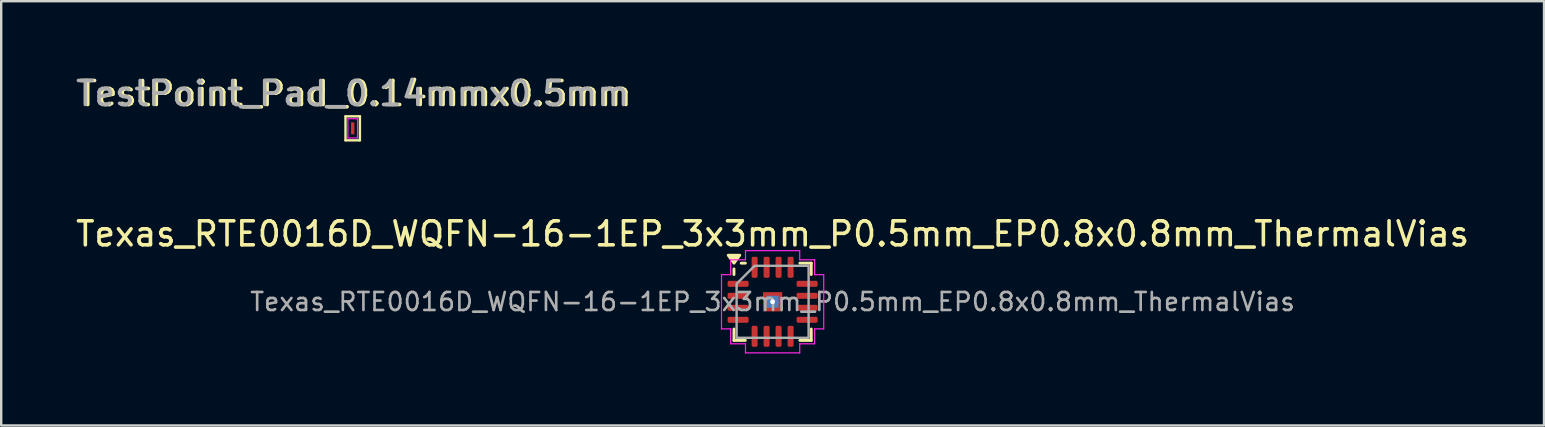
<source format=kicad_pcb>
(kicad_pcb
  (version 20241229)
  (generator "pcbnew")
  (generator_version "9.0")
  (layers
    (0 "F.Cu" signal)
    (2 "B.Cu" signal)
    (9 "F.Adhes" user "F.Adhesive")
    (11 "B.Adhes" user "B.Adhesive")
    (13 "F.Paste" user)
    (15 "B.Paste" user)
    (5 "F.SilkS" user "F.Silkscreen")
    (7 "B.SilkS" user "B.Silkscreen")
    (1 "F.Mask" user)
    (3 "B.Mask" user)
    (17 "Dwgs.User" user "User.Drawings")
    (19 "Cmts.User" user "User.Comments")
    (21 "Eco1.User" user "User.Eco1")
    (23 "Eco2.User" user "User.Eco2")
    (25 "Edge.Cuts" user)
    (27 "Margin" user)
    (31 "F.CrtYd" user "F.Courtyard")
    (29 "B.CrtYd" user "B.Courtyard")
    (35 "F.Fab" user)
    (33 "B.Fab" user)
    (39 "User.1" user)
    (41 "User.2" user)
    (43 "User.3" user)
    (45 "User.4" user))
  (footprint "Texas_RTE0016D_WQFN-16-1EP_3x3mm_P0.5mm_EP0.8x0.8mm_ThermalVias"
    (layer "F.Cu")
    (at 29.149 9.527)
    (property "Reference" "Texas_RTE0016D_WQFN-16-1EP_3x3mm_P0.5mm_EP0.8x0.8mm_ThermalVias" (at 0 -2.83 0) (layer "F.SilkS") (effects (font (size 1 1) (thickness 0.15))))
    (attr smd)
    (fp_line (start -1.61 -1.135) (end -1.61 -1.37) (stroke (width 0.12) (type solid)) (layer "F.SilkS"))
    (fp_line (start -1.61 1.61) (end -1.61 1.135) (stroke (width 0.12) (type solid)) (layer "F.SilkS"))
    (fp_line (start -1.135 -1.61) (end -1.31 -1.61) (stroke (width 0.12) (type solid)) (layer "F.SilkS"))
    (fp_line (start -1.135 1.61) (end -1.61 1.61) (stroke (width 0.12) (type solid)) (layer "F.SilkS"))
    (fp_line (start 1.135 -1.61) (end 1.61 -1.61) (stroke (width 0.12) (type solid)) (layer "F.SilkS"))
    (fp_line (start 1.135 1.61) (end 1.61 1.61) (stroke (width 0.12) (type solid)) (layer "F.SilkS"))
    (fp_line (start 1.61 -1.61) (end 1.61 -1.135) (stroke (width 0.12) (type solid)) (layer "F.SilkS"))
    (fp_line (start 1.61 1.61) (end 1.61 1.135) (stroke (width 0.12) (type solid)) (layer "F.SilkS"))
    (fp_poly (pts (xy -1.61 -1.61) (xy -1.85 -1.94) (xy -1.37 -1.94)) (stroke (width 0.12) (type solid)) (fill yes) (layer "F.SilkS"))
    (fp_line (start -2.13 -1.13) (end -1.75 -1.13) (stroke (width 0.05) (type solid)) (layer "F.CrtYd"))
    (fp_line (start -2.13 1.13) (end -2.13 -1.13) (stroke (width 0.05) (type solid)) (layer "F.CrtYd"))
    (fp_line (start -1.75 -1.75) (end -1.13 -1.75) (stroke (width 0.05) (type solid)) (layer "F.CrtYd"))
    (fp_line (start -1.75 -1.13) (end -1.75 -1.75) (stroke (width 0.05) (type solid)) (layer "F.CrtYd"))
    (fp_line (start -1.75 1.13) (end -2.13 1.13) (stroke (width 0.05) (type solid)) (layer "F.CrtYd"))
    (fp_line (start -1.75 1.75) (end -1.75 1.13) (stroke (width 0.05) (type solid)) (layer "F.CrtYd"))
    (fp_line (start -1.13 -2.13) (end 1.13 -2.13) (stroke (width 0.05) (type solid)) (layer "F.CrtYd"))
    (fp_line (start -1.13 -1.75) (end -1.13 -2.13) (stroke (width 0.05) (type solid)) (layer "F.CrtYd"))
    (fp_line (start -1.13 1.75) (end -1.75 1.75) (stroke (width 0.05) (type solid)) (layer "F.CrtYd"))
    (fp_line (start -1.13 2.13) (end -1.13 1.75) (stroke (width 0.05) (type solid)) (layer "F.CrtYd"))
    (fp_line (start 1.13 -2.13) (end 1.13 -1.75) (stroke (width 0.05) (type solid)) (layer "F.CrtYd"))
    (fp_line (start 1.13 -1.75) (end 1.75 -1.75) (stroke (width 0.05) (type solid)) (layer "F.CrtYd"))
    (fp_line (start 1.13 1.75) (end 1.13 2.13) (stroke (width 0.05) (type solid)) (layer "F.CrtYd"))
    (fp_line (start 1.13 2.13) (end -1.13 2.13) (stroke (width 0.05) (type solid)) (layer "F.CrtYd"))
    (fp_line (start 1.75 -1.75) (end 1.75 -1.13) (stroke (width 0.05) (type solid)) (layer "F.CrtYd"))
    (fp_line (start 1.75 -1.13) (end 2.13 -1.13) (stroke (width 0.05) (type solid)) (layer "F.CrtYd"))
    (fp_line (start 1.75 1.13) (end 1.75 1.75) (stroke (width 0.05) (type solid)) (layer "F.CrtYd"))
    (fp_line (start 1.75 1.75) (end 1.13 1.75) (stroke (width 0.05) (type solid)) (layer "F.CrtYd"))
    (fp_line (start 2.13 -1.13) (end 2.13 1.13) (stroke (width 0.05) (type solid)) (layer "F.CrtYd"))
    (fp_line (start 2.13 1.13) (end 1.75 1.13) (stroke (width 0.05) (type solid)) (layer "F.CrtYd"))
    (fp_poly (pts (xy -1.5 -0.75) (xy -1.5 1.5) (xy 1.5 1.5) (xy 1.5 -1.5) (xy -0.75 -1.5)) (stroke (width 0.1) (type solid)) (fill no) (layer "F.Fab"))
    (fp_text user "${REFERENCE}" (at 0 0 0) (layer "F.Fab") (effects (font (size 0.75 0.75) (thickness 0.11))))
    (pad "" smd roundrect (at 0 0) (size 0.76 0.76) (layers "F.Paste") (roundrect_rratio 0.25))
    (pad "1" smd roundrect (at -1.438 -0.75) (size 0.875 0.25) (layers "F.Cu" "F.Mask" "F.Paste") (roundrect_rratio 0.25))
    (pad "2" smd roundrect (at -1.438 -0.25) (size 0.875 0.25) (layers "F.Cu" "F.Mask" "F.Paste") (roundrect_rratio 0.25))
    (pad "3" smd roundrect (at -1.438 0.25) (size 0.875 0.25) (layers "F.Cu" "F.Mask" "F.Paste") (roundrect_rratio 0.25))
    (pad "4" smd roundrect (at -1.438 0.75) (size 0.875 0.25) (layers "F.Cu" "F.Mask" "F.Paste") (roundrect_rratio 0.25))
    (pad "5" smd roundrect (at -0.75 1.438) (size 0.25 0.875) (layers "F.Cu" "F.Mask" "F.Paste") (roundrect_rratio 0.25))
    (pad "6" smd roundrect (at -0.25 1.438) (size 0.25 0.875) (layers "F.Cu" "F.Mask" "F.Paste") (roundrect_rratio 0.25))
    (pad "7" smd roundrect (at 0.25 1.438) (size 0.25 0.875) (layers "F.Cu" "F.Mask" "F.Paste") (roundrect_rratio 0.25))
    (pad "8" smd roundrect (at 0.75 1.438) (size 0.25 0.875) (layers "F.Cu" "F.Mask" "F.Paste") (roundrect_rratio 0.25))
    (pad "9" smd roundrect (at 1.438 0.75) (size 0.875 0.25) (layers "F.Cu" "F.Mask" "F.Paste") (roundrect_rratio 0.25))
    (pad "10" smd roundrect (at 1.438 0.25) (size 0.875 0.25) (layers "F.Cu" "F.Mask" "F.Paste") (roundrect_rratio 0.25))
    (pad "11" smd roundrect (at 1.438 -0.25) (size 0.875 0.25) (layers "F.Cu" "F.Mask" "F.Paste") (roundrect_rratio 0.25))
    (pad "12" smd roundrect (at 1.438 -0.75) (size 0.875 0.25) (layers "F.Cu" "F.Mask" "F.Paste") (roundrect_rratio 0.25))
    (pad "13" smd roundrect (at 0.75 -1.438) (size 0.25 0.875) (layers "F.Cu" "F.Mask" "F.Paste") (roundrect_rratio 0.25))
    (pad "14" smd roundrect (at 0.25 -1.438) (size 0.25 0.875) (layers "F.Cu" "F.Mask" "F.Paste") (roundrect_rratio 0.25))
    (pad "15" smd roundrect (at -0.25 -1.438) (size 0.25 0.875) (layers "F.Cu" "F.Mask" "F.Paste") (roundrect_rratio 0.25))
    (pad "16" smd roundrect (at -0.75 -1.438) (size 0.25 0.875) (layers "F.Cu" "F.Mask" "F.Paste") (roundrect_rratio 0.25))
    (pad "17" thru_hole circle (at 0 0) (size 0.5 0.5) (drill 0.2) (property pad_prop_heatsink) (layers "*.Cu"))
    (pad "17" smd rect (at 0 0) (size 0.5 0.5) (property pad_prop_heatsink) (layers "B.Cu"))
    (pad "17" smd rect (at 0 0) (size 0.8 0.8) (property pad_prop_heatsink) (layers "F.Cu" "F.Mask")))
  (footprint "TestPoint_Pad_0.14mmx0.5mm"
    (layer "F.Cu")
    (at 11.649 2.298)
    (property "Reference" "TestPoint_Pad_0.14mmx0.5mm" (at 0.1 -1.448 0) (layer "F.SilkS") (effects (font (size 1 1) (thickness 0.15))))
    (attr exclude_from_pos_files exclude_from_bom)
    (fp_line (start -0.3 -0.5) (end 0.3 -0.5) (stroke (width 0.1) (type default)) (layer "F.SilkS"))
    (fp_line (start -0.3 0.5) (end -0.3 -0.5) (stroke (width 0.1) (type solid)) (layer "F.SilkS"))
    (fp_line (start -0.3 0.5) (end 0.3 0.5) (stroke (width 0.1) (type default)) (layer "F.SilkS"))
    (fp_line (start 0.3 0.5) (end 0.3 -0.5) (stroke (width 0.1) (type solid)) (layer "F.SilkS"))
    (fp_line (start -0.2 -0.4) (end -0.2 0.4) (stroke (width 0.05) (type solid)) (layer "F.CrtYd"))
    (fp_line (start -0.2 -0.4) (end 0.2 -0.4) (stroke (width 0.05) (type solid)) (layer "F.CrtYd"))
    (fp_line (start 0.2 0.4) (end -0.2 0.4) (stroke (width 0.05) (type solid)) (layer "F.CrtYd"))
    (fp_line (start 0.2 0.4) (end 0.2 -0.4) (stroke (width 0.05) (type solid)) (layer "F.CrtYd"))
    (fp_text user "${REFERENCE}" (at 0 -1.45 0) (layer "F.Fab") (effects (font (size 1 1) (thickness 0.15))))
    (pad "1" smd rect (at 0 0) (size 0.14 0.5) (layers "F.Cu" "F.Mask")))
  (gr_rect
    (start -3 -3)
    (end 61.298 14.681)
    (stroke (width 0.1) (type default))
    (fill no)
    (layer "Edge.Cuts")))
</source>
